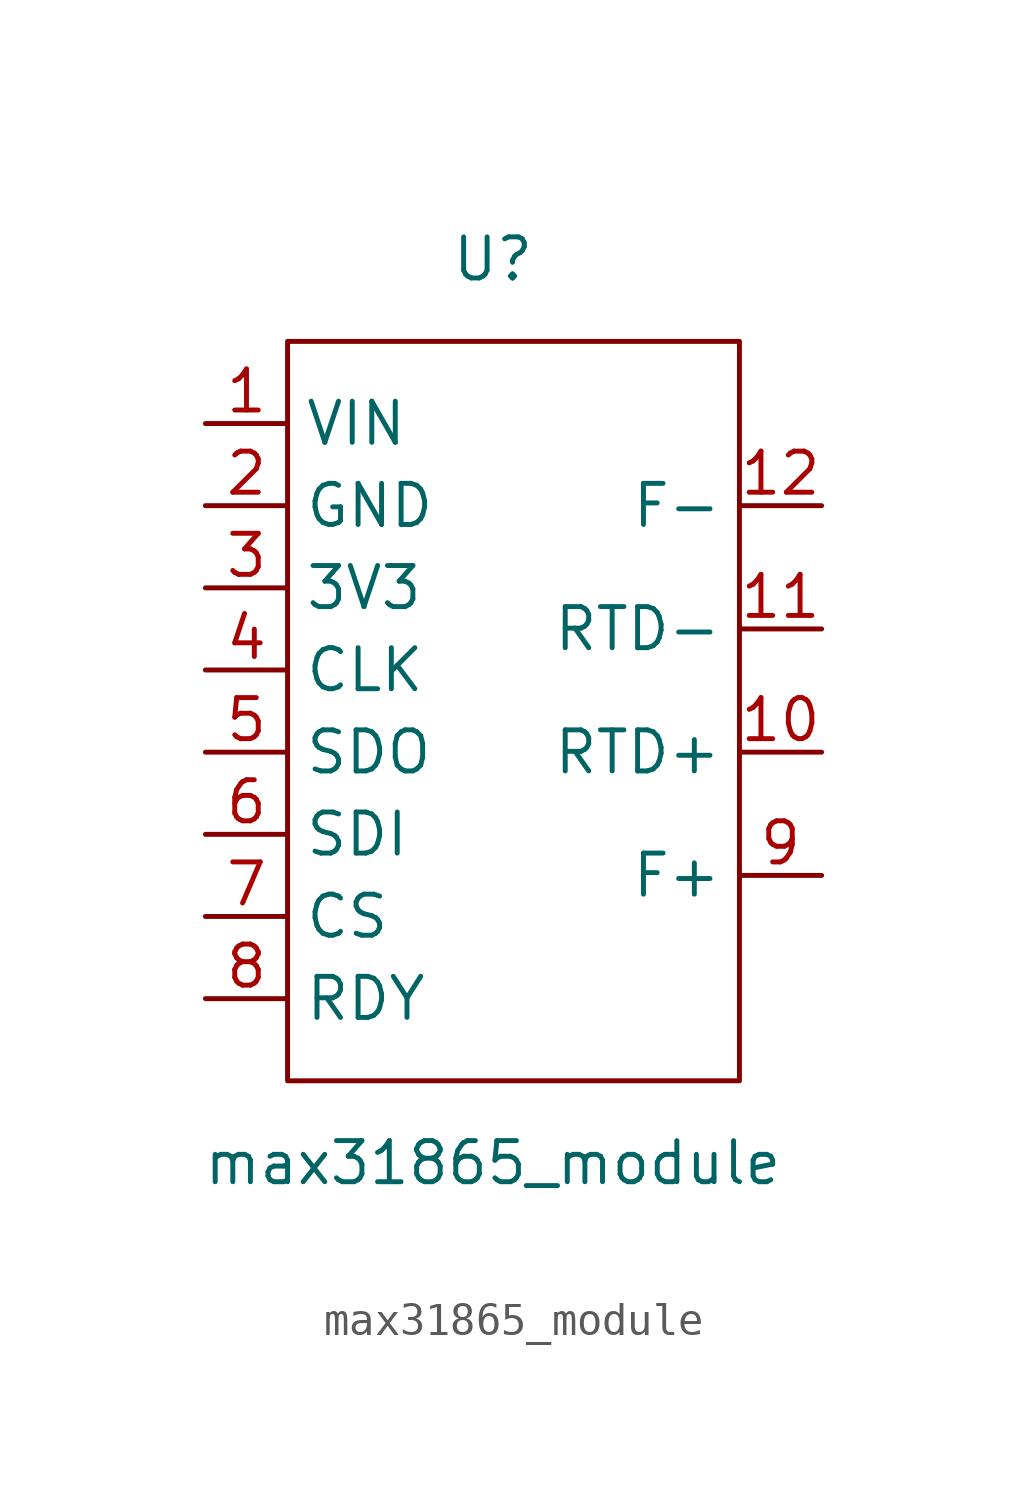
<source format=kicad_sym>
(kicad_symbol_lib
  (version 20211014)
  (generator kicad_symbol_editor)
  (symbol "max31865_module"
    (property "Reference" "U"
      (at 0 8.89 0)
      (effects (font (size 1.27 1.27))))
    (property "Value" "max31865_module"
      (at 0 -19.05 0)
      (effects (font (size 1.27 1.27))))
    (symbol "max31865_module_0_1"
      (rectangle (start -6.35 6.35) (end 7.62 -16.51) (stroke (width 0.152) (type default) (color 0 0 0 0)) (fill (type none))))
    (symbol "max31865_module_1_1"
      (pin power_in line (at -8.89 3.81 0) (length 2.54) (name "VIN" (effects (font (size 1.27 1.27)))) (number "1" (effects (font (size 1.27 1.27)))))
      (pin input line (at 10.16 -6.35 180) (length 2.54) (name "RTD+" (effects (font (size 1.27 1.27)))) (number "10" (effects (font (size 1.27 1.27)))))
      (pin input line (at 10.16 -2.54 180) (length 2.54) (name "RTD-" (effects (font (size 1.27 1.27)))) (number "11" (effects (font (size 1.27 1.27)))))
      (pin input line (at 10.16 1.27 180) (length 2.54) (name "F-" (effects (font (size 1.27 1.27)))) (number "12" (effects (font (size 1.27 1.27)))))
      (pin unspecified line (at -8.89 1.27 0) (length 2.54) (name "GND" (effects (font (size 1.27 1.27)))) (number "2" (effects (font (size 1.27 1.27)))))
      (pin power_in line (at -8.89 -1.27 0) (length 2.54) (name "3V3" (effects (font (size 1.27 1.27)))) (number "3" (effects (font (size 1.27 1.27)))))
      (pin unspecified line (at -8.89 -3.81 0) (length 2.54) (name "CLK" (effects (font (size 1.27 1.27)))) (number "4" (effects (font (size 1.27 1.27)))))
      (pin unspecified line (at -8.89 -6.35 0) (length 2.54) (name "SDO" (effects (font (size 1.27 1.27)))) (number "5" (effects (font (size 1.27 1.27)))))
      (pin unspecified line (at -8.89 -8.89 0) (length 2.54) (name "SDI" (effects (font (size 1.27 1.27)))) (number "6" (effects (font (size 1.27 1.27)))))
      (pin unspecified line (at -8.89 -11.43 0) (length 2.54) (name "CS" (effects (font (size 1.27 1.27)))) (number "7" (effects (font (size 1.27 1.27)))))
      (pin unspecified line (at -8.89 -13.97 0) (length 2.54) (name "RDY" (effects (font (size 1.27 1.27)))) (number "8" (effects (font (size 1.27 1.27)))))
      (pin input line (at 10.16 -10.16 180) (length 2.54) (name "F+" (effects (font (size 1.27 1.27)))) (number "9" (effects (font (size 1.27 1.27))))))))
</source>
